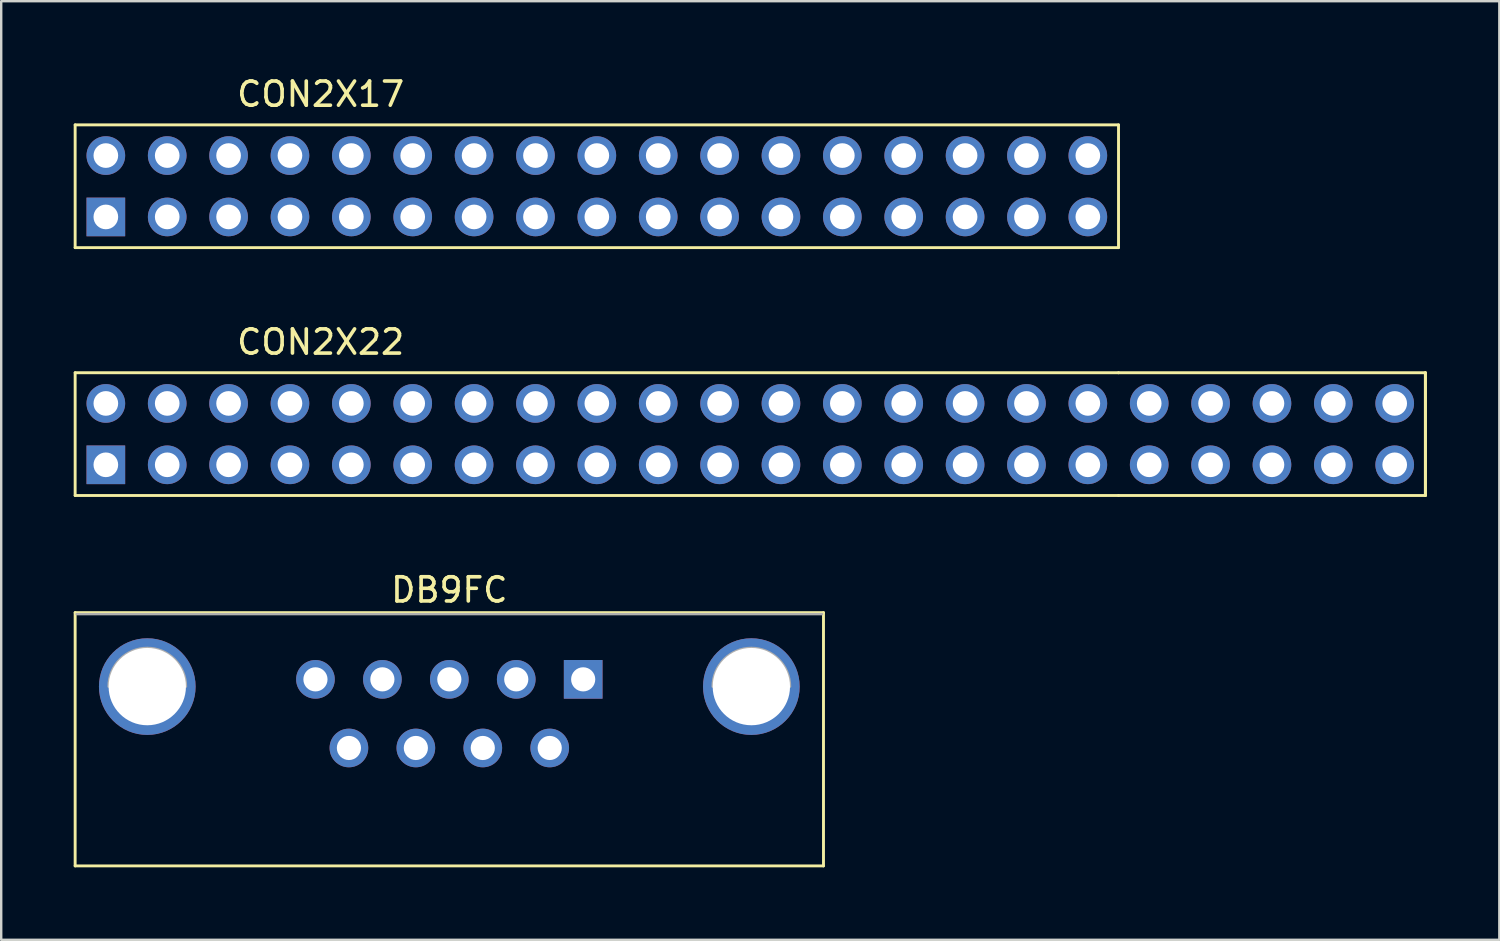
<source format=kicad_pcb>
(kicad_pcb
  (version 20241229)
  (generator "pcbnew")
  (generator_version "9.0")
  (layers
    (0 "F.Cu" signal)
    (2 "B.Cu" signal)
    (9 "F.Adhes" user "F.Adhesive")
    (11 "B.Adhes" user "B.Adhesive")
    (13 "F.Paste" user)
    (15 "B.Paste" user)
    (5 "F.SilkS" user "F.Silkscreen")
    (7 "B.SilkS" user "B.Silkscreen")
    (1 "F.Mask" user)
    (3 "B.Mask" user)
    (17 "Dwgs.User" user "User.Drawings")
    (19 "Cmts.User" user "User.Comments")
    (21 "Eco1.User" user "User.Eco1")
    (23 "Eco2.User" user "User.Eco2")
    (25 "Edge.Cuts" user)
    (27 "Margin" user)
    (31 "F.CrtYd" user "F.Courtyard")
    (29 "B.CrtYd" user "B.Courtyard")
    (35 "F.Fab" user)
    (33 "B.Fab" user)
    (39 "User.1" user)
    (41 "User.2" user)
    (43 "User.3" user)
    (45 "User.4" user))
  (footprint "CON2X22"
    (layer "F.Cu")
    (at 1.33 14.916)
    (property "Reference" "CON2X22" (at 8.89 -3.81 0) (layer "F.SilkS") (effects (font (size 1 1) (thickness 0.15))))
    (attr through_hole)
    (fp_line (start -1.27 -2.54) (end 41.91 -2.54) (stroke (width 0.12) (type solid)) (layer "F.SilkS"))
    (fp_line (start -1.27 2.54) (end -1.27 -2.54) (stroke (width 0.12) (type solid)) (layer "F.SilkS"))
    (fp_line (start 41.91 -2.54) (end 54.61 -2.54) (stroke (width 0.12) (type solid)) (layer "F.SilkS"))
    (fp_line (start 41.91 2.54) (end -1.27 2.54) (stroke (width 0.12) (type solid)) (layer "F.SilkS"))
    (fp_line (start 54.61 -2.54) (end 54.61 2.54) (stroke (width 0.12) (type solid)) (layer "F.SilkS"))
    (fp_line (start 54.61 -2.54) (end 54.61 2.54) (stroke (width 0.12) (type solid)) (layer "F.SilkS"))
    (fp_line (start 54.61 2.54) (end 41.91 2.54) (stroke (width 0.12) (type solid)) (layer "F.SilkS"))
    (pad "1" thru_hole rect (at 0 1.27) (size 1.6 1.6) (drill 1.02) (layers "*.Cu" "*.Mask"))
    (pad "2" thru_hole circle (at 0 -1.27) (size 1.6 1.6) (drill 1.02) (layers "*.Cu" "*.Mask"))
    (pad "3" thru_hole circle (at 2.54 1.27) (size 1.6 1.6) (drill 1.02) (layers "*.Cu" "*.Mask"))
    (pad "4" thru_hole circle (at 2.54 -1.27) (size 1.6 1.6) (drill 1.02) (layers "*.Cu" "*.Mask"))
    (pad "5" thru_hole circle (at 5.08 1.27) (size 1.6 1.6) (drill 1.02) (layers "*.Cu" "*.Mask"))
    (pad "6" thru_hole circle (at 5.08 -1.27) (size 1.6 1.6) (drill 1.02) (layers "*.Cu" "*.Mask"))
    (pad "7" thru_hole circle (at 7.62 1.27) (size 1.6 1.6) (drill 1.02) (layers "*.Cu" "*.Mask"))
    (pad "8" thru_hole circle (at 7.62 -1.27) (size 1.6 1.6) (drill 1.02) (layers "*.Cu" "*.Mask"))
    (pad "9" thru_hole circle (at 10.16 1.27) (size 1.6 1.6) (drill 1.02) (layers "*.Cu" "*.Mask"))
    (pad "10" thru_hole circle (at 10.16 -1.27) (size 1.6 1.6) (drill 1.02) (layers "*.Cu" "*.Mask"))
    (pad "11" thru_hole circle (at 12.7 1.27) (size 1.6 1.6) (drill 1.02) (layers "*.Cu" "*.Mask"))
    (pad "12" thru_hole circle (at 12.7 -1.27) (size 1.6 1.6) (drill 1.02) (layers "*.Cu" "*.Mask"))
    (pad "13" thru_hole circle (at 15.24 1.27) (size 1.6 1.6) (drill 1.02) (layers "*.Cu" "*.Mask"))
    (pad "14" thru_hole circle (at 15.24 -1.27) (size 1.6 1.6) (drill 1.02) (layers "*.Cu" "*.Mask"))
    (pad "15" thru_hole circle (at 17.78 1.27) (size 1.6 1.6) (drill 1.02) (layers "*.Cu" "*.Mask"))
    (pad "16" thru_hole circle (at 17.78 -1.27) (size 1.6 1.6) (drill 1.02) (layers "*.Cu" "*.Mask"))
    (pad "17" thru_hole circle (at 20.32 1.27) (size 1.6 1.6) (drill 1.02) (layers "*.Cu" "*.Mask"))
    (pad "18" thru_hole circle (at 20.32 -1.27) (size 1.6 1.6) (drill 1.02) (layers "*.Cu" "*.Mask"))
    (pad "19" thru_hole circle (at 22.86 1.27) (size 1.6 1.6) (drill 1.02) (layers "*.Cu" "*.Mask"))
    (pad "20" thru_hole circle (at 22.86 -1.27) (size 1.6 1.6) (drill 1.02) (layers "*.Cu" "*.Mask"))
    (pad "21" thru_hole circle (at 25.4 1.27) (size 1.6 1.6) (drill 1.02) (layers "*.Cu" "*.Mask"))
    (pad "22" thru_hole circle (at 25.4 -1.27) (size 1.6 1.6) (drill 1.02) (layers "*.Cu" "*.Mask"))
    (pad "23" thru_hole circle (at 27.94 1.27) (size 1.6 1.6) (drill 1.02) (layers "*.Cu" "*.Mask"))
    (pad "24" thru_hole circle (at 27.94 -1.27) (size 1.6 1.6) (drill 1.02) (layers "*.Cu" "*.Mask"))
    (pad "25" thru_hole circle (at 30.48 1.27) (size 1.6 1.6) (drill 1.02) (layers "*.Cu" "*.Mask"))
    (pad "26" thru_hole circle (at 30.48 -1.27) (size 1.6 1.6) (drill 1.02) (layers "*.Cu" "*.Mask"))
    (pad "27" thru_hole circle (at 33.02 1.27) (size 1.6 1.6) (drill 1.02) (layers "*.Cu" "*.Mask"))
    (pad "28" thru_hole circle (at 33.02 -1.27) (size 1.6 1.6) (drill 1.02) (layers "*.Cu" "*.Mask"))
    (pad "29" thru_hole circle (at 35.56 1.27) (size 1.6 1.6) (drill 1.02) (layers "*.Cu" "*.Mask"))
    (pad "30" thru_hole circle (at 35.56 -1.27) (size 1.6 1.6) (drill 1.02) (layers "*.Cu" "*.Mask"))
    (pad "31" thru_hole circle (at 38.1 1.27) (size 1.6 1.6) (drill 1.02) (layers "*.Cu" "*.Mask"))
    (pad "32" thru_hole circle (at 38.1 -1.27) (size 1.6 1.6) (drill 1.02) (layers "*.Cu" "*.Mask"))
    (pad "33" thru_hole circle (at 40.64 1.27) (size 1.6 1.6) (drill 1.02) (layers "*.Cu" "*.Mask"))
    (pad "34" thru_hole circle (at 40.64 -1.27) (size 1.6 1.6) (drill 1.02) (layers "*.Cu" "*.Mask"))
    (pad "35" thru_hole circle (at 43.18 1.27) (size 1.6 1.6) (drill 1.02) (layers "*.Cu" "*.Mask"))
    (pad "36" thru_hole circle (at 43.18 -1.27) (size 1.6 1.6) (drill 1.02) (layers "*.Cu" "*.Mask"))
    (pad "37" thru_hole circle (at 45.72 1.27) (size 1.6 1.6) (drill 1.02) (layers "*.Cu" "*.Mask"))
    (pad "38" thru_hole circle (at 45.72 -1.27) (size 1.6 1.6) (drill 1.02) (layers "*.Cu" "*.Mask"))
    (pad "39" thru_hole circle (at 48.26 1.27) (size 1.6 1.6) (drill 1.02) (layers "*.Cu" "*.Mask"))
    (pad "40" thru_hole circle (at 48.26 -1.27) (size 1.6 1.6) (drill 1.02) (layers "*.Cu" "*.Mask"))
    (pad "41" thru_hole circle (at 50.8 1.27) (size 1.6 1.6) (drill 1.02) (layers "*.Cu" "*.Mask"))
    (pad "42" thru_hole circle (at 50.8 -1.27) (size 1.6 1.6) (drill 1.02) (layers "*.Cu" "*.Mask"))
    (pad "43" thru_hole circle (at 53.34 1.27) (size 1.6 1.6) (drill 1.02) (layers "*.Cu" "*.Mask"))
    (pad "44" thru_hole circle (at 53.34 -1.27) (size 1.6 1.6) (drill 1.02) (layers "*.Cu" "*.Mask")))
  (footprint "CON2X17"
    (layer "F.Cu")
    (at 1.33 4.658)
    (property "Reference" "CON2X17" (at 8.89 -3.81 0) (layer "F.SilkS") (effects (font (size 1 1) (thickness 0.15))))
    (attr through_hole)
    (fp_line (start -1.27 -2.54) (end 41.91 -2.54) (stroke (width 0.12) (type solid)) (layer "F.SilkS"))
    (fp_line (start -1.27 2.54) (end -1.27 -2.54) (stroke (width 0.12) (type solid)) (layer "F.SilkS"))
    (fp_line (start 41.91 -2.54) (end 41.91 2.54) (stroke (width 0.12) (type solid)) (layer "F.SilkS"))
    (fp_line (start 41.91 2.54) (end -1.27 2.54) (stroke (width 0.12) (type solid)) (layer "F.SilkS"))
    (pad "1" thru_hole rect (at 0 1.27) (size 1.6 1.6) (drill 1.02) (layers "*.Cu" "*.Mask"))
    (pad "2" thru_hole circle (at 0 -1.27) (size 1.6 1.6) (drill 1.02) (layers "*.Cu" "*.Mask"))
    (pad "3" thru_hole circle (at 2.54 1.27) (size 1.6 1.6) (drill 1.02) (layers "*.Cu" "*.Mask"))
    (pad "4" thru_hole circle (at 2.54 -1.27) (size 1.6 1.6) (drill 1.02) (layers "*.Cu" "*.Mask"))
    (pad "5" thru_hole circle (at 5.08 1.27) (size 1.6 1.6) (drill 1.02) (layers "*.Cu" "*.Mask"))
    (pad "6" thru_hole circle (at 5.08 -1.27) (size 1.6 1.6) (drill 1.02) (layers "*.Cu" "*.Mask"))
    (pad "7" thru_hole circle (at 7.62 1.27) (size 1.6 1.6) (drill 1.02) (layers "*.Cu" "*.Mask"))
    (pad "8" thru_hole circle (at 7.62 -1.27) (size 1.6 1.6) (drill 1.02) (layers "*.Cu" "*.Mask"))
    (pad "9" thru_hole circle (at 10.16 1.27) (size 1.6 1.6) (drill 1.02) (layers "*.Cu" "*.Mask"))
    (pad "10" thru_hole circle (at 10.16 -1.27) (size 1.6 1.6) (drill 1.02) (layers "*.Cu" "*.Mask"))
    (pad "11" thru_hole circle (at 12.7 1.27) (size 1.6 1.6) (drill 1.02) (layers "*.Cu" "*.Mask"))
    (pad "12" thru_hole circle (at 12.7 -1.27) (size 1.6 1.6) (drill 1.02) (layers "*.Cu" "*.Mask"))
    (pad "13" thru_hole circle (at 15.24 1.27) (size 1.6 1.6) (drill 1.02) (layers "*.Cu" "*.Mask"))
    (pad "14" thru_hole circle (at 15.24 -1.27) (size 1.6 1.6) (drill 1.02) (layers "*.Cu" "*.Mask"))
    (pad "15" thru_hole circle (at 17.78 1.27) (size 1.6 1.6) (drill 1.02) (layers "*.Cu" "*.Mask"))
    (pad "16" thru_hole circle (at 17.78 -1.27) (size 1.6 1.6) (drill 1.02) (layers "*.Cu" "*.Mask"))
    (pad "17" thru_hole circle (at 20.32 1.27) (size 1.6 1.6) (drill 1.02) (layers "*.Cu" "*.Mask"))
    (pad "18" thru_hole circle (at 20.32 -1.27) (size 1.6 1.6) (drill 1.02) (layers "*.Cu" "*.Mask"))
    (pad "19" thru_hole circle (at 22.86 1.27) (size 1.6 1.6) (drill 1.02) (layers "*.Cu" "*.Mask"))
    (pad "20" thru_hole circle (at 22.86 -1.27) (size 1.6 1.6) (drill 1.02) (layers "*.Cu" "*.Mask"))
    (pad "21" thru_hole circle (at 25.4 1.27) (size 1.6 1.6) (drill 1.02) (layers "*.Cu" "*.Mask"))
    (pad "22" thru_hole circle (at 25.4 -1.27) (size 1.6 1.6) (drill 1.02) (layers "*.Cu" "*.Mask"))
    (pad "23" thru_hole circle (at 27.94 1.27) (size 1.6 1.6) (drill 1.02) (layers "*.Cu" "*.Mask"))
    (pad "24" thru_hole circle (at 27.94 -1.27) (size 1.6 1.6) (drill 1.02) (layers "*.Cu" "*.Mask"))
    (pad "25" thru_hole circle (at 30.48 1.27) (size 1.6 1.6) (drill 1.02) (layers "*.Cu" "*.Mask"))
    (pad "26" thru_hole circle (at 30.48 -1.27) (size 1.6 1.6) (drill 1.02) (layers "*.Cu" "*.Mask"))
    (pad "27" thru_hole circle (at 33.02 1.27) (size 1.6 1.6) (drill 1.02) (layers "*.Cu" "*.Mask"))
    (pad "28" thru_hole circle (at 33.02 -1.27) (size 1.6 1.6) (drill 1.02) (layers "*.Cu" "*.Mask"))
    (pad "29" thru_hole circle (at 35.56 1.27) (size 1.6 1.6) (drill 1.02) (layers "*.Cu" "*.Mask"))
    (pad "30" thru_hole circle (at 35.56 -1.27) (size 1.6 1.6) (drill 1.02) (layers "*.Cu" "*.Mask"))
    (pad "31" thru_hole circle (at 38.1 1.27) (size 1.6 1.6) (drill 1.02) (layers "*.Cu" "*.Mask"))
    (pad "32" thru_hole circle (at 38.1 -1.27) (size 1.6 1.6) (drill 1.02) (layers "*.Cu" "*.Mask"))
    (pad "33" thru_hole circle (at 40.64 1.27) (size 1.6 1.6) (drill 1.02) (layers "*.Cu" "*.Mask"))
    (pad "34" thru_hole circle (at 40.64 -1.27) (size 1.6 1.6) (drill 1.02) (layers "*.Cu" "*.Mask")))
  (footprint "DB9FC"
    (layer "F.Cu")
    (at 21.085 25.065)
    (property "Reference" "DB9FC" (at -5.54 -3.7 0) (layer "F.SilkS") (effects (font (size 1 1) (thickness 0.15))))
    (attr through_hole)
    (fp_line (start -21.025 -2.76) (end 9.945 -2.76) (stroke (width 0.12) (type solid)) (layer "F.SilkS"))
    (fp_line (start -21.025 7.72) (end -21.025 -2.76) (stroke (width 0.12) (type solid)) (layer "F.SilkS"))
    (fp_line (start -21.025 7.72) (end 9.945 7.72) (stroke (width 0.12) (type solid)) (layer "F.SilkS"))
    (fp_line (start 9.945 -2.76) (end 9.945 7.72) (stroke (width 0.12) (type solid)) (layer "F.SilkS"))
    (fp_line (start 9.885 -2.7) (end -20.965 -2.7) (stroke (width 0.1) (type solid)) (layer "F.Fab"))
    (fp_arc (start -19.64 0.3) (mid -18.04 -1.3) (end -16.44 0.3) (stroke (width 0.1) (type solid)) (layer "F.Fab"))
    (fp_arc (start 5.36 0.3) (mid 6.96 -1.3) (end 8.56 0.3) (stroke (width 0.1) (type solid)) (layer "F.Fab"))
    (pad "0" thru_hole circle (at -18.04 0.3) (size 4 4) (drill 3.2) (layers "*.Cu" "*.Mask"))
    (pad "0" thru_hole circle (at 6.96 0.3) (size 4 4) (drill 3.2) (layers "*.Cu" "*.Mask"))
    (pad "1" thru_hole rect (at 0 0) (size 1.6 1.6) (drill 1) (layers "*.Cu" "*.Mask"))
    (pad "2" thru_hole circle (at -2.77 0) (size 1.6 1.6) (drill 1) (layers "*.Cu" "*.Mask"))
    (pad "3" thru_hole circle (at -5.54 0) (size 1.6 1.6) (drill 1) (layers "*.Cu" "*.Mask"))
    (pad "4" thru_hole circle (at -8.31 0) (size 1.6 1.6) (drill 1) (layers "*.Cu" "*.Mask"))
    (pad "5" thru_hole circle (at -11.08 0) (size 1.6 1.6) (drill 1) (layers "*.Cu" "*.Mask"))
    (pad "6" thru_hole circle (at -1.385 2.84) (size 1.6 1.6) (drill 1) (layers "*.Cu" "*.Mask"))
    (pad "7" thru_hole circle (at -4.155 2.84) (size 1.6 1.6) (drill 1) (layers "*.Cu" "*.Mask"))
    (pad "8" thru_hole circle (at -6.925 2.84) (size 1.6 1.6) (drill 1) (layers "*.Cu" "*.Mask"))
    (pad "9" thru_hole circle (at -9.695 2.84) (size 1.6 1.6) (drill 1) (layers "*.Cu" "*.Mask")))
  (gr_rect
    (start -3 -3)
    (end 59 35.845)
    (stroke (width 0.1) (type default))
    (fill no)
    (layer "Edge.Cuts")))
</source>
